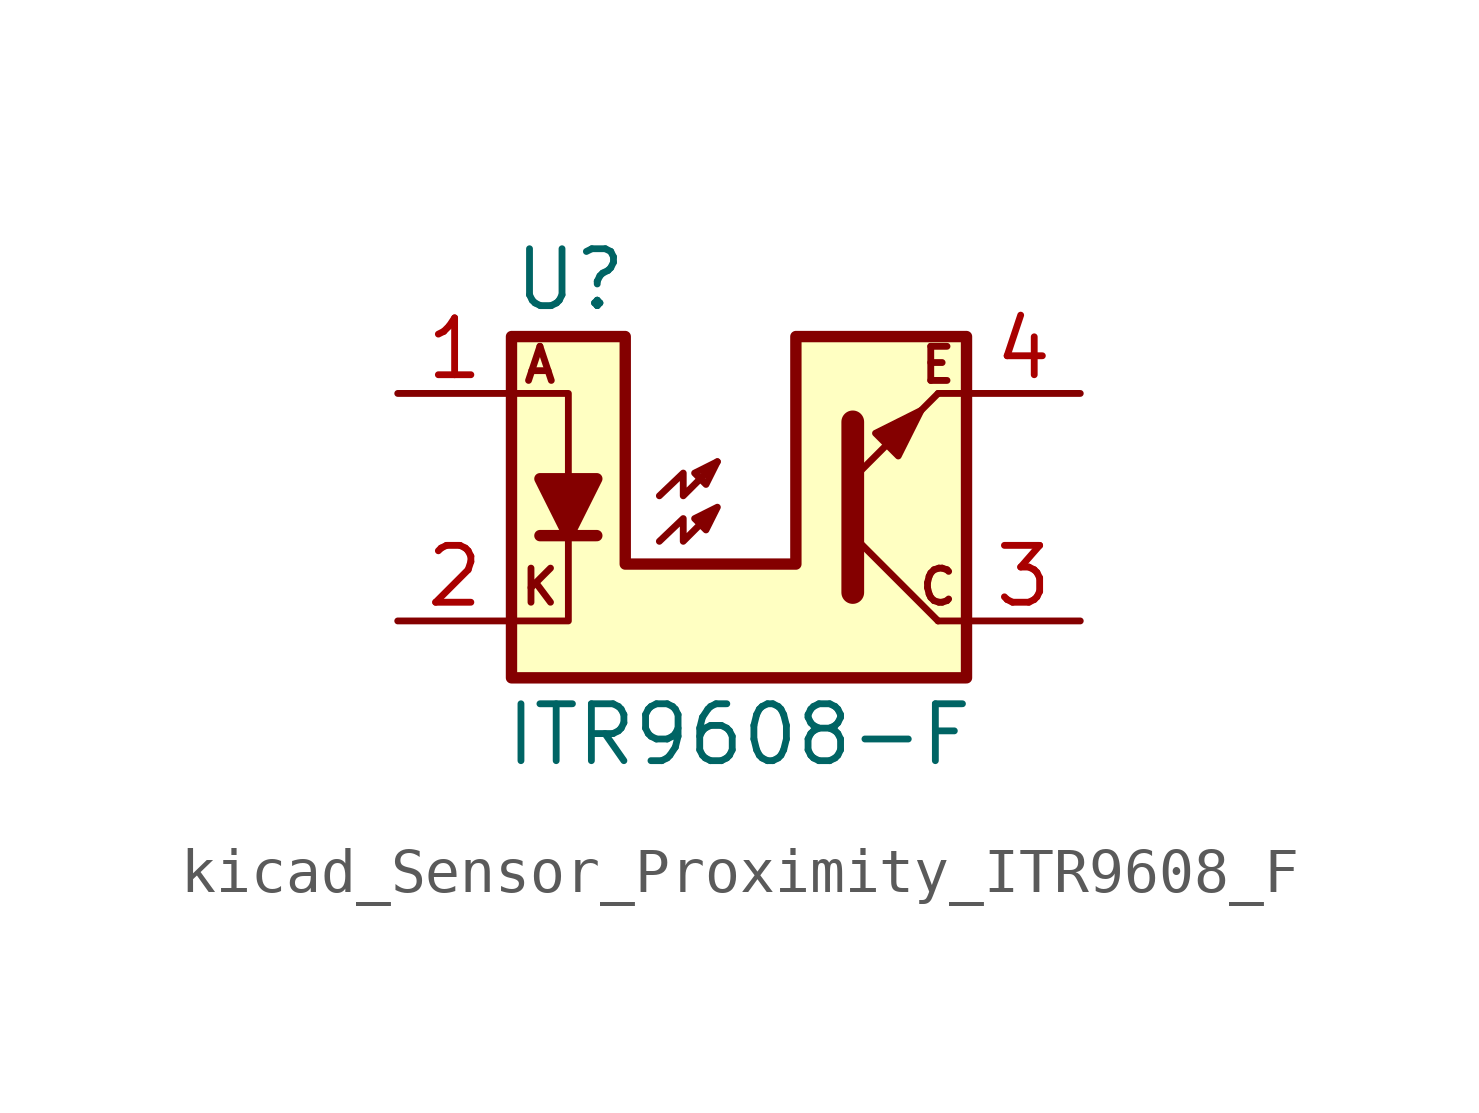
<source format=kicad_sym>
(kicad_symbol_lib
  (version 20220914)
  (generator kicad_symbol_editor)
  (symbol "kicad_Sensor_Proximity_ITR9608_F"
    (property "Reference" "U"
      (at -5.08 5.08 0)
      (effects (font (size 1.27 1.27)) (justify left)))
    (property "Value" "ITR9608-F"
      (at 0 -5.08 0)
      (effects (font (size 1.27 1.27))))
    (symbol "kicad_Sensor_Proximity_ITR9608_F_0_0"
      (text "A" (at -4.445 3.175 0) (effects (font (size 0.762 0.762))))
      (text "C" (at 4.445 -1.778 0) (effects (font (size 0.762 0.762))))
      (text "E" (at 4.445 3.175 0) (effects (font (size 0.762 0.762))))
      (text "K" (at -4.445 -1.778 0) (effects (font (size 0.762 0.762)))))
    (symbol "kicad_Sensor_Proximity_ITR9608_F_0_1"
      (polyline (pts (xy -4.445 -0.635) (xy -3.175 -0.635)) (stroke (width 0.254) (type default)) (fill (type none)))
      (polyline (pts (xy 2.54 -0.635) (xy 4.445 -2.54)) (stroke (width 0) (type default)) (fill (type none)))
      (polyline (pts (xy 4.445 -2.54) (xy 5.08 -2.54)) (stroke (width 0) (type default)) (fill (type none)))
      (polyline (pts (xy 4.445 2.54) (xy 2.54 0.635)) (stroke (width 0) (type default)) (fill (type outline)))
      (polyline (pts (xy 4.445 2.54) (xy 5.08 2.54)) (stroke (width 0) (type default)) (fill (type none)))
      (polyline (pts (xy -5.08 -2.54) (xy -3.81 -2.54) (xy -3.81 -0.635)) (stroke (width 0) (type default)) (fill (type none)))
      (polyline (pts (xy -5.08 2.54) (xy -3.81 2.54) (xy -3.81 0.635)) (stroke (width 0) (type default)) (fill (type none)))
      (polyline (pts (xy 2.54 -1.905) (xy 2.54 1.905) (xy 2.54 1.905)) (stroke (width 0.508) (type default)) (fill (type none)))
      (polyline (pts (xy -3.81 -0.635) (xy -4.445 0.635) (xy -3.175 0.635) (xy -3.81 -0.635)) (stroke (width 0.254) (type default)) (fill (type outline)))
      (polyline (pts (xy -1.778 0.254) (xy -1.245 0.762) (xy -1.245 0.254) (xy -0.483 1.016)) (stroke (width 0) (type default)) (fill (type none)))
      (polyline (pts (xy -0.483 1.016) (xy -0.991 0.762) (xy -0.737 0.508) (xy -0.483 1.016)) (stroke (width 0) (type default)) (fill (type none)))
      (polyline (pts (xy 3.048 1.651) (xy 3.556 1.143) (xy 4.064 2.159) (xy 3.048 1.651) (xy 3.048 1.651)) (stroke (width 0) (type default)) (fill (type outline)))
      (polyline (pts (xy -1.778 -0.762) (xy -1.245 -0.254) (xy -1.245 -0.762) (xy -0.483 0) (xy -0.991 -0.254) (xy -0.737 -0.508) (xy -0.483 0)) (stroke (width 0) (type default)) (fill (type none)))
      (polyline (pts (xy -5.08 3.81) (xy -5.08 -3.81) (xy 5.08 -3.81) (xy 5.08 3.81) (xy 1.27 3.81) (xy 1.27 -1.27) (xy -2.54 -1.27) (xy -2.54 3.81) (xy -5.08 3.81)) (stroke (width 0.254) (type default)) (fill (type background))))
    (symbol "kicad_Sensor_Proximity_ITR9608_F_1_1"
      (pin passive line (at -7.62 2.54 0) (length 2.54) (name "~" (effects (font (size 1.27 1.27)))) (number "1" (effects (font (size 1.27 1.27)))))
      (pin passive line (at -7.62 -2.54 0) (length 2.54) (name "~" (effects (font (size 1.27 1.27)))) (number "2" (effects (font (size 1.27 1.27)))))
      (pin open_collector line (at 7.62 -2.54 180) (length 2.54) (name "~" (effects (font (size 1.27 1.27)))) (number "3" (effects (font (size 1.27 1.27)))))
      (pin open_emitter line (at 7.62 2.54 180) (length 2.54) (name "~" (effects (font (size 1.27 1.27)))) (number "4" (effects (font (size 1.27 1.27))))))))
</source>
